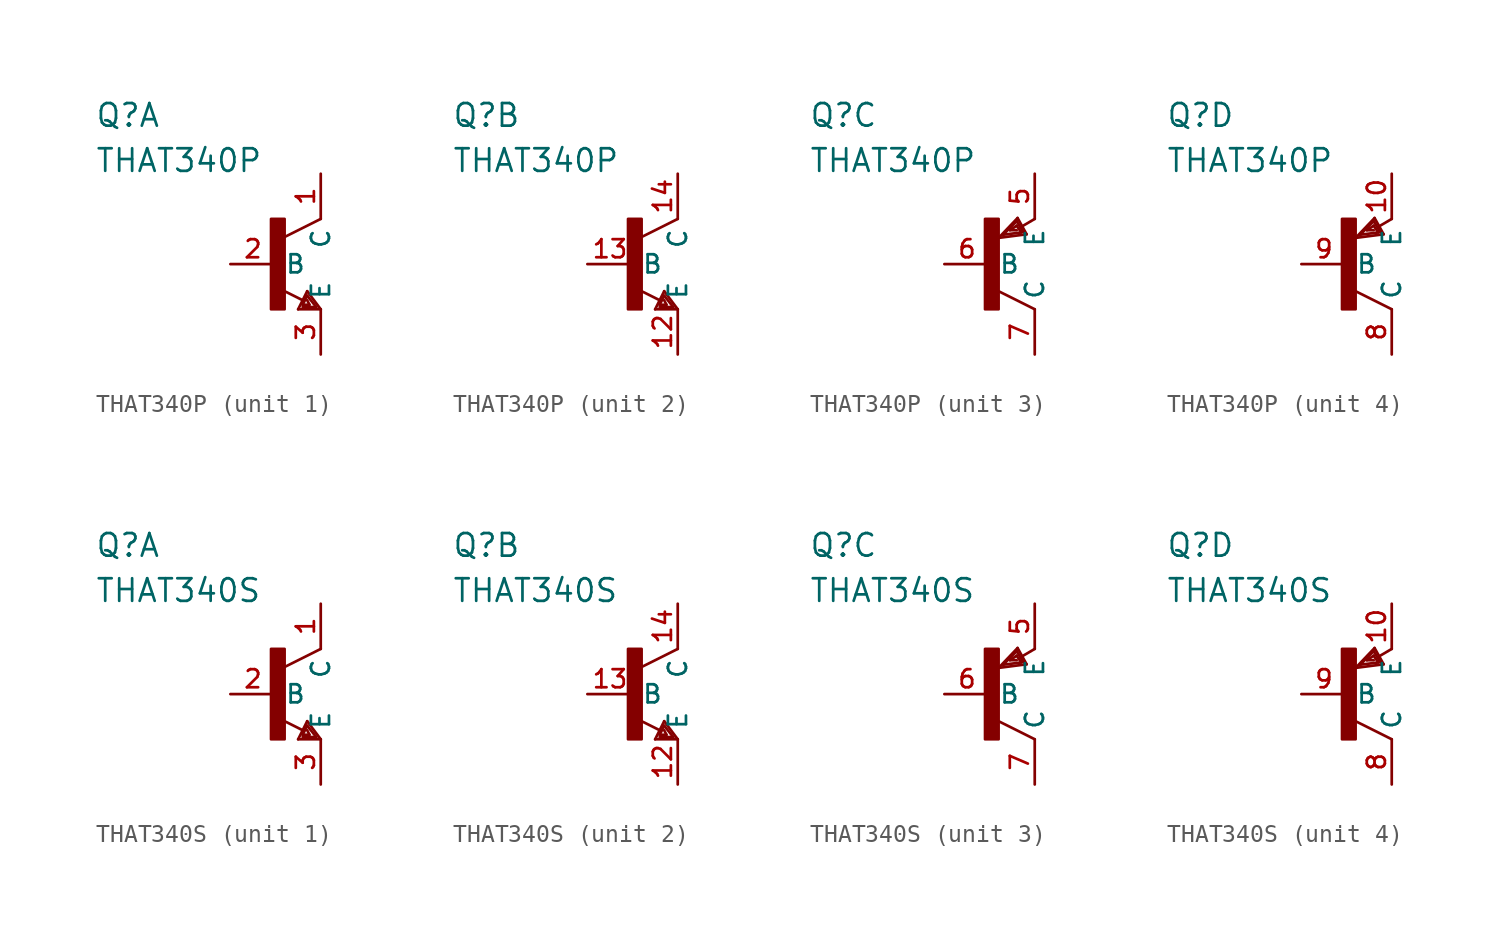
<source format=kicad_sym>
(kicad_symbol_lib
  (version 20200126)
  (host kicad_symbol_editor "5.99.0-unknown-1463dd1~101~ubuntu18.04.1")
  (symbol "that-corp-edit:THAT340P"
    (property "Reference" "Q"
      (at -10.16 7.62 0)
      (effects (font (size 1.27 1.27)) (justify left bottom)))
    (property "Value" "THAT340P"
      (at -10.16 5.08 0)
      (effects (font (size 1.27 1.27)) (justify left bottom)))
    (property "ki_locked" ""
      (at 0 0 0)
      (effects (font (size 1.27 1.27))))
    (symbol "THAT340P_1_1"
      (rectangle (start -0.254 -2.54) (end 0.508 2.54) (stroke (width 0)) (fill (type outline)))
      (pin passive line (at -2.54 0 0) (length 2.54) (name "B" (effects (font (size 1.016 1.016)))) (number "2" (effects (font (size 1.016 1.016)))))
      (pin passive line (at 2.54 5.08 270) (length 2.54) (name "C" (effects (font (size 1.016 1.016)))) (number "1" (effects (font (size 1.016 1.016)))))
      (pin passive line (at 2.54 -5.08 90) (length 2.54) (name "E" (effects (font (size 1.016 1.016)))) (number "3" (effects (font (size 1.016 1.016))))))
    (symbol "THAT340P_2_1"
      (rectangle (start -0.254 -2.54) (end 0.508 2.54) (stroke (width 0)) (fill (type outline)))
      (pin passive line (at -2.54 0 0) (length 2.54) (name "B" (effects (font (size 1.016 1.016)))) (number "13" (effects (font (size 1.016 1.016)))))
      (pin passive line (at 2.54 5.08 270) (length 2.54) (name "C" (effects (font (size 1.016 1.016)))) (number "14" (effects (font (size 1.016 1.016)))))
      (pin passive line (at 2.54 -5.08 90) (length 2.54) (name "E" (effects (font (size 1.016 1.016)))) (number "12" (effects (font (size 1.016 1.016))))))
    (symbol "THAT340P_3_1"
      (rectangle (start -0.254 -2.54) (end 0.508 2.54) (stroke (width 0)) (fill (type outline)))
      (pin passive line (at -2.54 0 0) (length 2.54) (name "B" (effects (font (size 1.016 1.016)))) (number "6" (effects (font (size 1.016 1.016)))))
      (pin passive line (at 2.54 -5.08 90) (length 2.54) (name "C" (effects (font (size 1.016 1.016)))) (number "7" (effects (font (size 1.016 1.016)))))
      (pin passive line (at 2.54 5.08 270) (length 2.54) (name "E" (effects (font (size 1.016 1.016)))) (number "5" (effects (font (size 1.016 1.016))))))
    (symbol "THAT340P_4_1"
      (rectangle (start -0.254 -2.54) (end 0.508 2.54) (stroke (width 0)) (fill (type outline)))
      (pin passive line (at -2.54 0 0) (length 2.54) (name "B" (effects (font (size 1.016 1.016)))) (number "9" (effects (font (size 1.016 1.016)))))
      (pin passive line (at 2.54 -5.08 90) (length 2.54) (name "C" (effects (font (size 1.016 1.016)))) (number "8" (effects (font (size 1.016 1.016)))))
      (pin passive line (at 2.54 5.08 270) (length 2.54) (name "E" (effects (font (size 1.016 1.016)))) (number "10" (effects (font (size 1.016 1.016))))))
    (symbol "THAT340P_1_0"
      (polyline (pts (xy 2.54 2.54) (xy 0.508 1.524)) (stroke (width 0)) (fill (type none)))
      (polyline (pts (xy 1.778 -1.524) (xy 2.54 -2.54)) (stroke (width 0)) (fill (type none)))
      (polyline (pts (xy 2.54 -2.54) (xy 1.27 -2.54)) (stroke (width 0)) (fill (type none)))
      (polyline (pts (xy 1.27 -2.54) (xy 1.778 -1.524)) (stroke (width 0)) (fill (type none)))
      (polyline (pts (xy 1.524 -2.032) (xy 0.305 -1.422)) (stroke (width 0)) (fill (type none)))
      (polyline (pts (xy 1.524 -2.413) (xy 2.286 -2.413)) (stroke (width 0)) (fill (type none)))
      (polyline (pts (xy 2.286 -2.413) (xy 1.778 -1.778)) (stroke (width 0)) (fill (type none)))
      (polyline (pts (xy 1.778 -1.778) (xy 1.524 -2.286)) (stroke (width 0)) (fill (type none)))
      (polyline (pts (xy 1.524 -2.286) (xy 1.905 -2.286)) (stroke (width 0)) (fill (type none)))
      (polyline (pts (xy 1.905 -2.286) (xy 1.778 -2.032)) (stroke (width 0)) (fill (type none))))
    (symbol "THAT340P_2_0"
      (polyline (pts (xy 2.54 2.54) (xy 0.508 1.524)) (stroke (width 0)) (fill (type none)))
      (polyline (pts (xy 1.778 -1.524) (xy 2.54 -2.54)) (stroke (width 0)) (fill (type none)))
      (polyline (pts (xy 2.54 -2.54) (xy 1.27 -2.54)) (stroke (width 0)) (fill (type none)))
      (polyline (pts (xy 1.27 -2.54) (xy 1.778 -1.524)) (stroke (width 0)) (fill (type none)))
      (polyline (pts (xy 1.524 -2.032) (xy 0.305 -1.422)) (stroke (width 0)) (fill (type none)))
      (polyline (pts (xy 1.524 -2.413) (xy 2.286 -2.413)) (stroke (width 0)) (fill (type none)))
      (polyline (pts (xy 2.286 -2.413) (xy 1.778 -1.778)) (stroke (width 0)) (fill (type none)))
      (polyline (pts (xy 1.778 -1.778) (xy 1.524 -2.286)) (stroke (width 0)) (fill (type none)))
      (polyline (pts (xy 1.524 -2.286) (xy 1.905 -2.286)) (stroke (width 0)) (fill (type none)))
      (polyline (pts (xy 1.905 -2.286) (xy 1.778 -2.032)) (stroke (width 0)) (fill (type none))))
    (symbol "THAT340P_3_0"
      (polyline (pts (xy 2.083 1.676) (xy 1.575 2.591)) (stroke (width 0)) (fill (type none)))
      (polyline (pts (xy 1.575 2.591) (xy 0.508 1.473)) (stroke (width 0)) (fill (type none)))
      (polyline (pts (xy 0.508 1.473) (xy 2.083 1.676)) (stroke (width 0)) (fill (type none)))
      (polyline (pts (xy 2.54 2.54) (xy 1.803 2.108)) (stroke (width 0)) (fill (type none)))
      (polyline (pts (xy 2.54 -2.54) (xy 0.508 -1.524)) (stroke (width 0)) (fill (type none)))
      (polyline (pts (xy 1.905 1.778) (xy 1.524 2.413)) (stroke (width 0)) (fill (type none)))
      (polyline (pts (xy 1.524 2.413) (xy 0.762 1.651)) (stroke (width 0)) (fill (type none)))
      (polyline (pts (xy 0.762 1.651) (xy 1.778 1.778)) (stroke (width 0)) (fill (type none)))
      (polyline (pts (xy 1.778 1.778) (xy 1.524 2.159)) (stroke (width 0)) (fill (type none)))
      (polyline (pts (xy 1.524 2.159) (xy 1.143 1.905)) (stroke (width 0)) (fill (type none)))
      (polyline (pts (xy 1.143 1.905) (xy 1.524 1.905)) (stroke (width 0)) (fill (type none))))
    (symbol "THAT340P_4_0"
      (polyline (pts (xy 2.083 1.676) (xy 1.575 2.591)) (stroke (width 0)) (fill (type none)))
      (polyline (pts (xy 1.575 2.591) (xy 0.508 1.473)) (stroke (width 0)) (fill (type none)))
      (polyline (pts (xy 0.508 1.473) (xy 2.083 1.676)) (stroke (width 0)) (fill (type none)))
      (polyline (pts (xy 2.54 2.54) (xy 1.803 2.108)) (stroke (width 0)) (fill (type none)))
      (polyline (pts (xy 2.54 -2.54) (xy 0.508 -1.524)) (stroke (width 0)) (fill (type none)))
      (polyline (pts (xy 1.905 1.778) (xy 1.524 2.413)) (stroke (width 0)) (fill (type none)))
      (polyline (pts (xy 1.524 2.413) (xy 0.762 1.651)) (stroke (width 0)) (fill (type none)))
      (polyline (pts (xy 0.762 1.651) (xy 1.778 1.778)) (stroke (width 0)) (fill (type none)))
      (polyline (pts (xy 1.778 1.778) (xy 1.524 2.159)) (stroke (width 0)) (fill (type none)))
      (polyline (pts (xy 1.524 2.159) (xy 1.143 1.905)) (stroke (width 0)) (fill (type none)))
      (polyline (pts (xy 1.143 1.905) (xy 1.524 1.905)) (stroke (width 0)) (fill (type none)))))
  (symbol "that-corp-edit:THAT340S"
    (property "Reference" "Q"
      (at -10.16 7.62 0)
      (effects (font (size 1.27 1.27)) (justify left bottom)))
    (property "Value" "THAT340S"
      (at -10.16 5.08 0)
      (effects (font (size 1.27 1.27)) (justify left bottom)))
    (property "ki_locked" ""
      (at 0 0 0)
      (effects (font (size 1.27 1.27))))
    (symbol "THAT340S_1_1"
      (rectangle (start -0.254 -2.54) (end 0.508 2.54) (stroke (width 0)) (fill (type outline)))
      (pin passive line (at -2.54 0 0) (length 2.54) (name "B" (effects (font (size 1.016 1.016)))) (number "2" (effects (font (size 1.016 1.016)))))
      (pin passive line (at 2.54 5.08 270) (length 2.54) (name "C" (effects (font (size 1.016 1.016)))) (number "1" (effects (font (size 1.016 1.016)))))
      (pin passive line (at 2.54 -5.08 90) (length 2.54) (name "E" (effects (font (size 1.016 1.016)))) (number "3" (effects (font (size 1.016 1.016))))))
    (symbol "THAT340S_2_1"
      (rectangle (start -0.254 -2.54) (end 0.508 2.54) (stroke (width 0)) (fill (type outline)))
      (pin passive line (at -2.54 0 0) (length 2.54) (name "B" (effects (font (size 1.016 1.016)))) (number "13" (effects (font (size 1.016 1.016)))))
      (pin passive line (at 2.54 5.08 270) (length 2.54) (name "C" (effects (font (size 1.016 1.016)))) (number "14" (effects (font (size 1.016 1.016)))))
      (pin passive line (at 2.54 -5.08 90) (length 2.54) (name "E" (effects (font (size 1.016 1.016)))) (number "12" (effects (font (size 1.016 1.016))))))
    (symbol "THAT340S_3_1"
      (rectangle (start -0.254 -2.54) (end 0.508 2.54) (stroke (width 0)) (fill (type outline)))
      (pin passive line (at -2.54 0 0) (length 2.54) (name "B" (effects (font (size 1.016 1.016)))) (number "6" (effects (font (size 1.016 1.016)))))
      (pin passive line (at 2.54 -5.08 90) (length 2.54) (name "C" (effects (font (size 1.016 1.016)))) (number "7" (effects (font (size 1.016 1.016)))))
      (pin passive line (at 2.54 5.08 270) (length 2.54) (name "E" (effects (font (size 1.016 1.016)))) (number "5" (effects (font (size 1.016 1.016))))))
    (symbol "THAT340S_4_1"
      (rectangle (start -0.254 -2.54) (end 0.508 2.54) (stroke (width 0)) (fill (type outline)))
      (pin passive line (at -2.54 0 0) (length 2.54) (name "B" (effects (font (size 1.016 1.016)))) (number "9" (effects (font (size 1.016 1.016)))))
      (pin passive line (at 2.54 -5.08 90) (length 2.54) (name "C" (effects (font (size 1.016 1.016)))) (number "8" (effects (font (size 1.016 1.016)))))
      (pin passive line (at 2.54 5.08 270) (length 2.54) (name "E" (effects (font (size 1.016 1.016)))) (number "10" (effects (font (size 1.016 1.016))))))
    (symbol "THAT340S_1_0"
      (polyline (pts (xy 2.54 2.54) (xy 0.508 1.524)) (stroke (width 0)) (fill (type none)))
      (polyline (pts (xy 1.778 -1.524) (xy 2.54 -2.54)) (stroke (width 0)) (fill (type none)))
      (polyline (pts (xy 2.54 -2.54) (xy 1.27 -2.54)) (stroke (width 0)) (fill (type none)))
      (polyline (pts (xy 1.27 -2.54) (xy 1.778 -1.524)) (stroke (width 0)) (fill (type none)))
      (polyline (pts (xy 1.524 -2.032) (xy 0.305 -1.422)) (stroke (width 0)) (fill (type none)))
      (polyline (pts (xy 1.524 -2.413) (xy 2.286 -2.413)) (stroke (width 0)) (fill (type none)))
      (polyline (pts (xy 2.286 -2.413) (xy 1.778 -1.778)) (stroke (width 0)) (fill (type none)))
      (polyline (pts (xy 1.778 -1.778) (xy 1.524 -2.286)) (stroke (width 0)) (fill (type none)))
      (polyline (pts (xy 1.524 -2.286) (xy 1.905 -2.286)) (stroke (width 0)) (fill (type none)))
      (polyline (pts (xy 1.905 -2.286) (xy 1.778 -2.032)) (stroke (width 0)) (fill (type none))))
    (symbol "THAT340S_2_0"
      (polyline (pts (xy 2.54 2.54) (xy 0.508 1.524)) (stroke (width 0)) (fill (type none)))
      (polyline (pts (xy 1.778 -1.524) (xy 2.54 -2.54)) (stroke (width 0)) (fill (type none)))
      (polyline (pts (xy 2.54 -2.54) (xy 1.27 -2.54)) (stroke (width 0)) (fill (type none)))
      (polyline (pts (xy 1.27 -2.54) (xy 1.778 -1.524)) (stroke (width 0)) (fill (type none)))
      (polyline (pts (xy 1.524 -2.032) (xy 0.305 -1.422)) (stroke (width 0)) (fill (type none)))
      (polyline (pts (xy 1.524 -2.413) (xy 2.286 -2.413)) (stroke (width 0)) (fill (type none)))
      (polyline (pts (xy 2.286 -2.413) (xy 1.778 -1.778)) (stroke (width 0)) (fill (type none)))
      (polyline (pts (xy 1.778 -1.778) (xy 1.524 -2.286)) (stroke (width 0)) (fill (type none)))
      (polyline (pts (xy 1.524 -2.286) (xy 1.905 -2.286)) (stroke (width 0)) (fill (type none)))
      (polyline (pts (xy 1.905 -2.286) (xy 1.778 -2.032)) (stroke (width 0)) (fill (type none))))
    (symbol "THAT340S_3_0"
      (polyline (pts (xy 2.083 1.676) (xy 1.575 2.591)) (stroke (width 0)) (fill (type none)))
      (polyline (pts (xy 1.575 2.591) (xy 0.508 1.473)) (stroke (width 0)) (fill (type none)))
      (polyline (pts (xy 0.508 1.473) (xy 2.083 1.676)) (stroke (width 0)) (fill (type none)))
      (polyline (pts (xy 2.54 2.54) (xy 1.803 2.108)) (stroke (width 0)) (fill (type none)))
      (polyline (pts (xy 2.54 -2.54) (xy 0.508 -1.524)) (stroke (width 0)) (fill (type none)))
      (polyline (pts (xy 1.905 1.778) (xy 1.524 2.413)) (stroke (width 0)) (fill (type none)))
      (polyline (pts (xy 1.524 2.413) (xy 0.762 1.651)) (stroke (width 0)) (fill (type none)))
      (polyline (pts (xy 0.762 1.651) (xy 1.778 1.778)) (stroke (width 0)) (fill (type none)))
      (polyline (pts (xy 1.778 1.778) (xy 1.524 2.159)) (stroke (width 0)) (fill (type none)))
      (polyline (pts (xy 1.524 2.159) (xy 1.143 1.905)) (stroke (width 0)) (fill (type none)))
      (polyline (pts (xy 1.143 1.905) (xy 1.524 1.905)) (stroke (width 0)) (fill (type none))))
    (symbol "THAT340S_4_0"
      (polyline (pts (xy 2.083 1.676) (xy 1.575 2.591)) (stroke (width 0)) (fill (type none)))
      (polyline (pts (xy 1.575 2.591) (xy 0.508 1.473)) (stroke (width 0)) (fill (type none)))
      (polyline (pts (xy 0.508 1.473) (xy 2.083 1.676)) (stroke (width 0)) (fill (type none)))
      (polyline (pts (xy 2.54 2.54) (xy 1.803 2.108)) (stroke (width 0)) (fill (type none)))
      (polyline (pts (xy 2.54 -2.54) (xy 0.508 -1.524)) (stroke (width 0)) (fill (type none)))
      (polyline (pts (xy 1.905 1.778) (xy 1.524 2.413)) (stroke (width 0)) (fill (type none)))
      (polyline (pts (xy 1.524 2.413) (xy 0.762 1.651)) (stroke (width 0)) (fill (type none)))
      (polyline (pts (xy 0.762 1.651) (xy 1.778 1.778)) (stroke (width 0)) (fill (type none)))
      (polyline (pts (xy 1.778 1.778) (xy 1.524 2.159)) (stroke (width 0)) (fill (type none)))
      (polyline (pts (xy 1.524 2.159) (xy 1.143 1.905)) (stroke (width 0)) (fill (type none)))
      (polyline (pts (xy 1.143 1.905) (xy 1.524 1.905)) (stroke (width 0)) (fill (type none))))))
</source>
